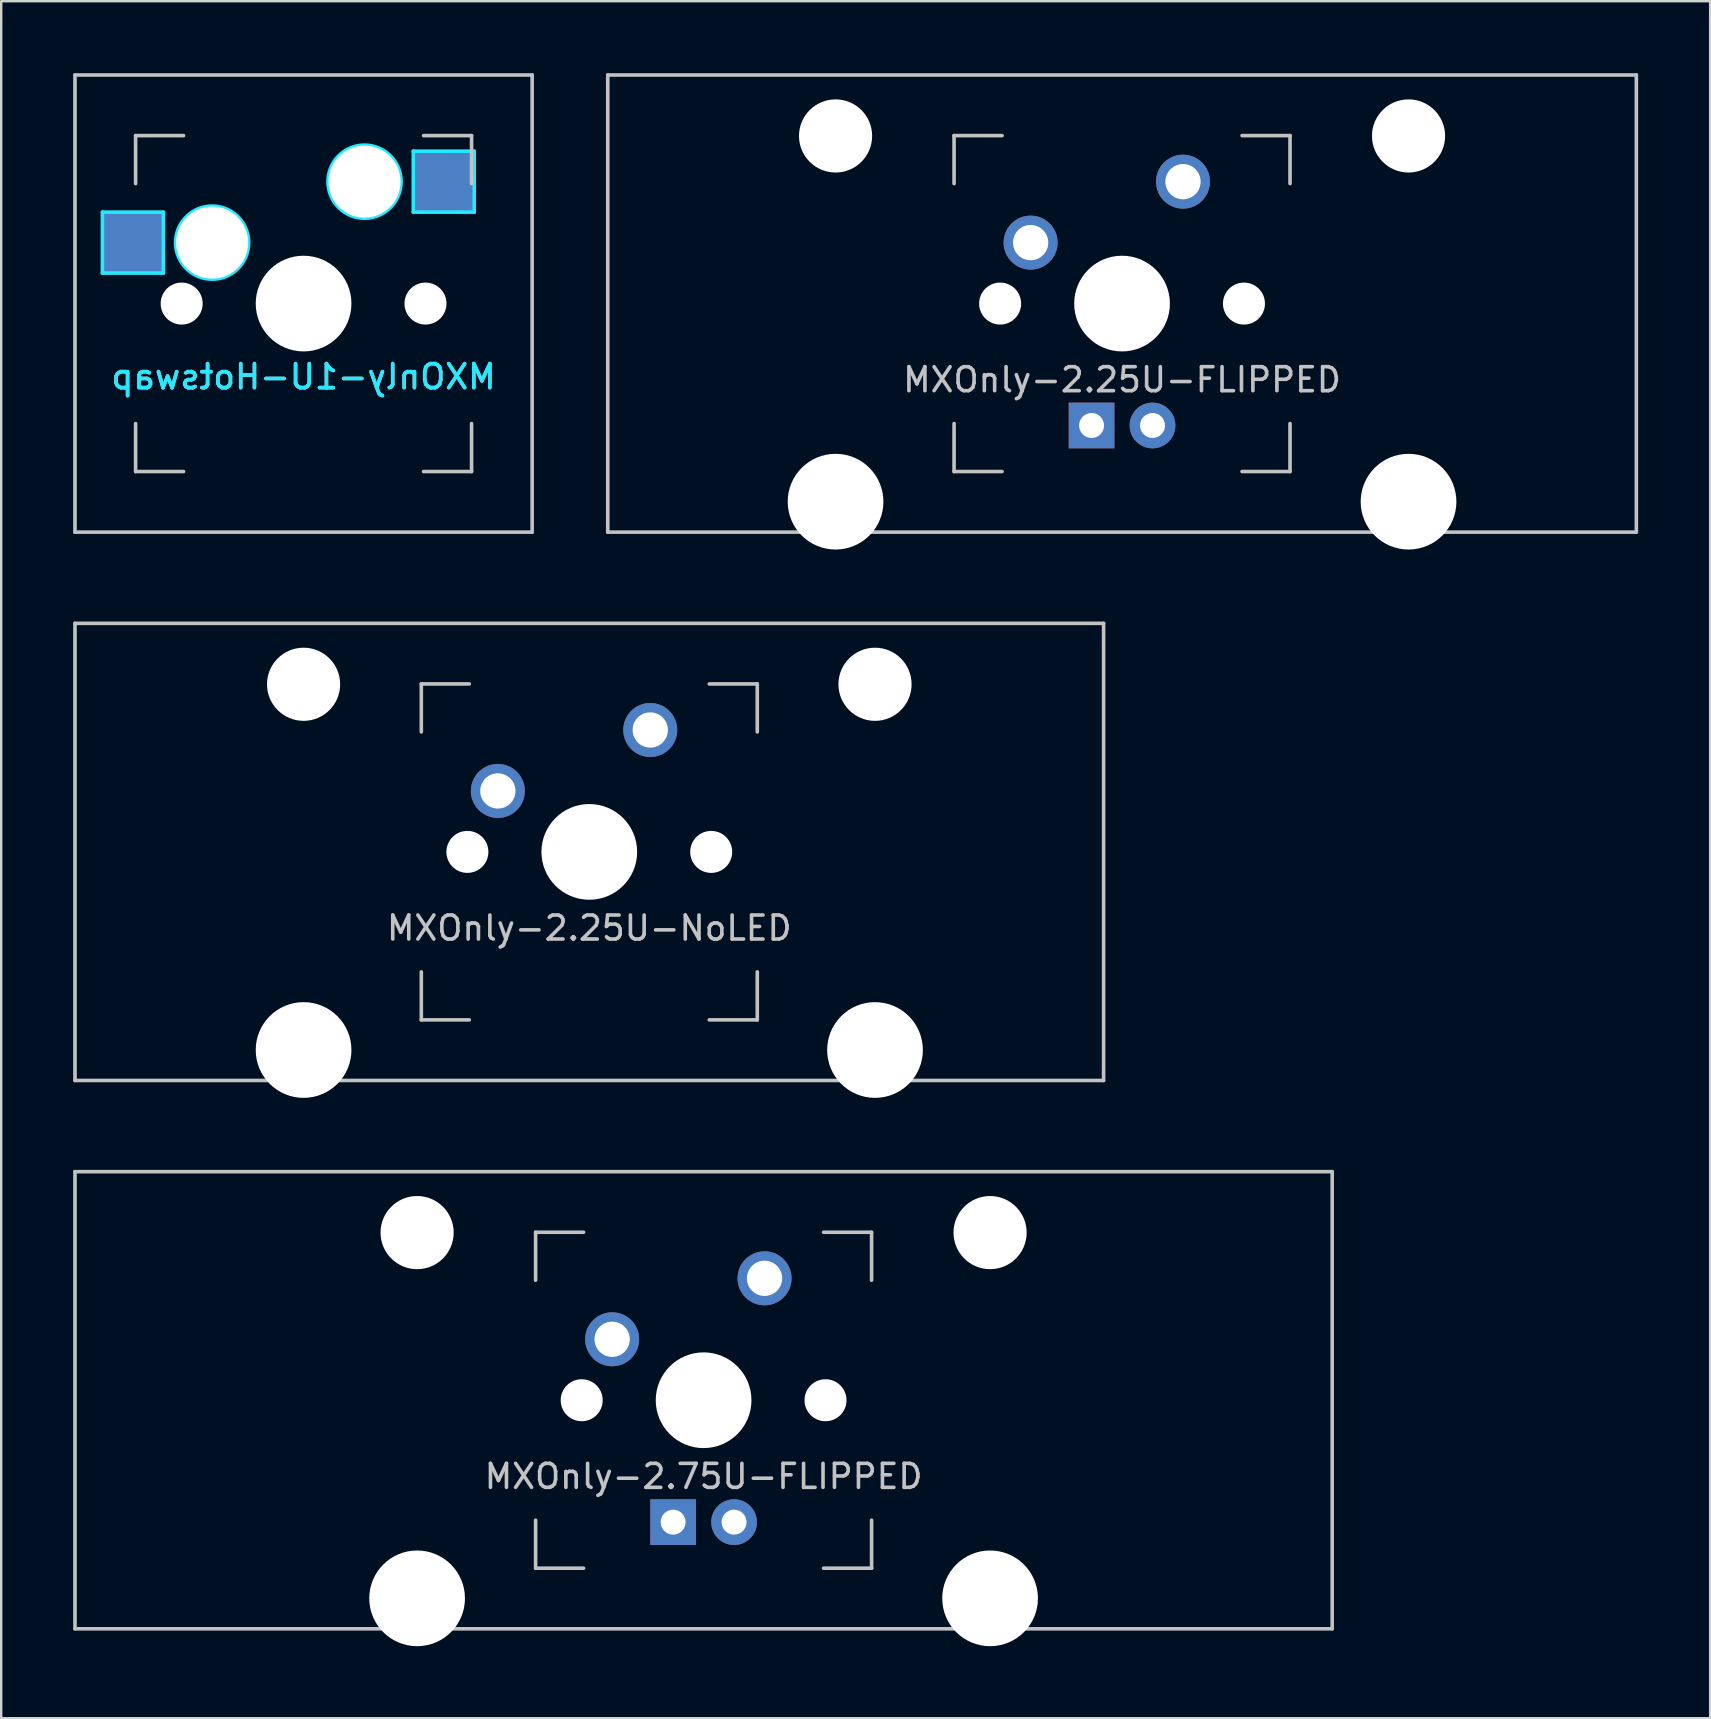
<source format=kicad_pcb>
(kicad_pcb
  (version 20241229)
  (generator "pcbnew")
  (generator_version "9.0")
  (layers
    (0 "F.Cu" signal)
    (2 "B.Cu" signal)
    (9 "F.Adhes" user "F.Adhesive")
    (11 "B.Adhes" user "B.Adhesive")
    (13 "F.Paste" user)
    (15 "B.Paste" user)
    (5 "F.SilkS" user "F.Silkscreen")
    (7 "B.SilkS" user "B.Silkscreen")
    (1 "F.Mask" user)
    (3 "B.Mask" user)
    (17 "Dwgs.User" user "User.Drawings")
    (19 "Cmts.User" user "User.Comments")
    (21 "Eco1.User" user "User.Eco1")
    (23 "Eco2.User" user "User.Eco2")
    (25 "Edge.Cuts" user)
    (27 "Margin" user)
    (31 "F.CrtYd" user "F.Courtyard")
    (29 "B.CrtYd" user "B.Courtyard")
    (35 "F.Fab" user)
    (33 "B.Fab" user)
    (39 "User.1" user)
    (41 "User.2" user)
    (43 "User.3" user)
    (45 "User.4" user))
  (footprint "MXOnly-2.75U-FLIPPED"
    (layer "F.Cu")
    (at 26.269 55.298)
    (property "Reference" "MXOnly-2.75U-FLIPPED" (at 0 3.175 0) (layer "Dwgs.User") (effects (font (size 1 1) (thickness 0.15))))
    (attr through_hole)
    (fp_line (start -26.194 -9.525) (end 26.194 -9.525) (stroke (width 0.15) (type solid)) (layer "Dwgs.User"))
    (fp_line (start -26.194 9.525) (end -26.194 -9.525) (stroke (width 0.15) (type solid)) (layer "Dwgs.User"))
    (fp_line (start -26.194 9.525) (end 26.194 9.525) (stroke (width 0.15) (type solid)) (layer "Dwgs.User"))
    (fp_line (start -7 -7) (end -7 -5) (stroke (width 0.15) (type solid)) (layer "Dwgs.User"))
    (fp_line (start -7 5) (end -7 7) (stroke (width 0.15) (type solid)) (layer "Dwgs.User"))
    (fp_line (start -7 7) (end -5 7) (stroke (width 0.15) (type solid)) (layer "Dwgs.User"))
    (fp_line (start -5 -7) (end -7 -7) (stroke (width 0.15) (type solid)) (layer "Dwgs.User"))
    (fp_line (start 5 -7) (end 7 -7) (stroke (width 0.15) (type solid)) (layer "Dwgs.User"))
    (fp_line (start 5 7) (end 7 7) (stroke (width 0.15) (type solid)) (layer "Dwgs.User"))
    (fp_line (start 7 -7) (end 7 -5) (stroke (width 0.15) (type solid)) (layer "Dwgs.User"))
    (fp_line (start 7 7) (end 7 5) (stroke (width 0.15) (type solid)) (layer "Dwgs.User"))
    (fp_line (start 26.194 -9.525) (end 26.194 9.525) (stroke (width 0.15) (type solid)) (layer "Dwgs.User"))
    (pad "" np_thru_hole circle (at -11.938 -6.985) (size 3.048 3.048) (drill 3.048) (layers "*.Cu" "*.Mask"))
    (pad "" np_thru_hole circle (at -11.938 8.255) (size 3.988 3.988) (drill 3.988) (layers "*.Cu" "*.Mask"))
    (pad "" np_thru_hole circle (at -5.08 0 48.1) (size 1.75 1.75) (drill 1.75) (layers "*.Cu" "*.Mask"))
    (pad "" np_thru_hole circle (at 0 0) (size 3.988 3.988) (drill 3.988) (layers "*.Cu" "*.Mask"))
    (pad "" np_thru_hole circle (at 5.08 0 48.1) (size 1.75 1.75) (drill 1.75) (layers "*.Cu" "*.Mask"))
    (pad "" np_thru_hole circle (at 11.938 -6.985) (size 3.048 3.048) (drill 3.048) (layers "*.Cu" "*.Mask"))
    (pad "" np_thru_hole circle (at 11.938 8.255) (size 3.988 3.988) (drill 3.988) (layers "*.Cu" "*.Mask"))
    (pad "1" thru_hole circle (at -3.81 -2.54) (size 2.25 2.25) (drill 1.47) (layers "*.Cu" "B.Mask"))
    (pad "2" thru_hole circle (at 2.54 -5.08) (size 2.25 2.25) (drill 1.47) (layers "*.Cu" "B.Mask"))
    (pad "3" thru_hole circle (at 1.27 5.08) (size 1.905 1.905) (drill 1.04) (layers "*.Cu" "B.Mask"))
    (pad "4" thru_hole rect (at -1.27 5.08) (size 1.905 1.905) (drill 1.04) (layers "*.Cu" "B.Mask")))
  (footprint "MXOnly-1U-Hotswap"
    (layer "F.Cu")
    (at 9.6 9.6)
    (property "Reference" "MXOnly-1U-Hotswap" (at 0 3.048 0) (layer "B.CrtYd") (effects (font (size 1 1) (thickness 0.15)) (justify mirror)))
    (attr smd)
    (fp_line (start -9.525 -9.525) (end 9.525 -9.525) (stroke (width 0.15) (type solid)) (layer "Dwgs.User"))
    (fp_line (start -9.525 9.525) (end -9.525 -9.525) (stroke (width 0.15) (type solid)) (layer "Dwgs.User"))
    (fp_line (start -7 -7) (end -7 -5) (stroke (width 0.15) (type solid)) (layer "Dwgs.User"))
    (fp_line (start -7 5) (end -7 7) (stroke (width 0.15) (type solid)) (layer "Dwgs.User"))
    (fp_line (start -7 7) (end -5 7) (stroke (width 0.15) (type solid)) (layer "Dwgs.User"))
    (fp_line (start -5 -7) (end -7 -7) (stroke (width 0.15) (type solid)) (layer "Dwgs.User"))
    (fp_line (start 5 -7) (end 7 -7) (stroke (width 0.15) (type solid)) (layer "Dwgs.User"))
    (fp_line (start 5 7) (end 7 7) (stroke (width 0.15) (type solid)) (layer "Dwgs.User"))
    (fp_line (start 7 -7) (end 7 -5) (stroke (width 0.15) (type solid)) (layer "Dwgs.User"))
    (fp_line (start 7 7) (end 7 5) (stroke (width 0.15) (type solid)) (layer "Dwgs.User"))
    (fp_line (start 9.525 -9.525) (end 9.525 9.525) (stroke (width 0.15) (type solid)) (layer "Dwgs.User"))
    (fp_line (start 9.525 9.525) (end -9.525 9.525) (stroke (width 0.15) (type solid)) (layer "Dwgs.User"))
    (fp_line (start -8.382 -3.81) (end -8.382 -1.27) (stroke (width 0.15) (type solid)) (layer "B.CrtYd"))
    (fp_line (start -8.382 -1.27) (end -5.842 -1.27) (stroke (width 0.15) (type solid)) (layer "B.CrtYd"))
    (fp_line (start -5.842 -3.81) (end -8.382 -3.81) (stroke (width 0.15) (type solid)) (layer "B.CrtYd"))
    (fp_line (start -5.842 -1.27) (end -5.842 -3.81) (stroke (width 0.15) (type solid)) (layer "B.CrtYd"))
    (fp_line (start 4.572 -6.35) (end 7.112 -6.35) (stroke (width 0.15) (type solid)) (layer "B.CrtYd"))
    (fp_line (start 4.572 -3.81) (end 4.572 -6.35) (stroke (width 0.15) (type solid)) (layer "B.CrtYd"))
    (fp_line (start 7.112 -6.35) (end 7.112 -3.81) (stroke (width 0.15) (type solid)) (layer "B.CrtYd"))
    (fp_line (start 7.112 -3.81) (end 4.572 -3.81) (stroke (width 0.15) (type solid)) (layer "B.CrtYd"))
    (fp_circle (center -3.81 -2.54) (end -3.81 -4.064) (stroke (width 0.15) (type solid)) (fill no) (layer "B.CrtYd"))
    (fp_circle (center 2.54 -5.08) (end 2.54 -6.604) (stroke (width 0.15) (type solid)) (fill no) (layer "B.CrtYd"))
    (fp_text user "${REFERENCE}" (at 0 3.048 0) (layer "B.SilkS") (effects (font (size 1 1) (thickness 0.15)) (justify mirror)))
    (pad "" np_thru_hole circle (at -5.08 0 48.1) (size 1.75 1.75) (drill 1.75) (layers "*.Cu" "*.Mask"))
    (pad "" np_thru_hole circle (at -3.81 -2.54) (size 3 3) (drill 3) (layers "*.Cu" "*.Mask"))
    (pad "" np_thru_hole circle (at 0 0) (size 3.988 3.988) (drill 3.988) (layers "*.Cu" "*.Mask"))
    (pad "" np_thru_hole circle (at 2.54 -5.08) (size 3 3) (drill 3) (layers "*.Cu" "*.Mask"))
    (pad "" np_thru_hole circle (at 5.08 0 48.1) (size 1.75 1.75) (drill 1.75) (layers "*.Cu" "*.Mask"))
    (pad "1" smd rect (at -7.085 -2.54) (size 2.55 2.5) (layers "B.Cu" "B.Mask" "B.Paste"))
    (pad "2" smd rect (at 5.842 -5.08) (size 2.55 2.5) (layers "B.Cu" "B.Mask" "B.Paste")))
  (footprint "MXOnly-2.25U-FLIPPED"
    (layer "F.Cu")
    (at 43.706 9.6)
    (property "Reference" "MXOnly-2.25U-FLIPPED" (at 0 3.175 0) (layer "Dwgs.User") (effects (font (size 1 1) (thickness 0.15))))
    (attr through_hole)
    (fp_line (start -21.431 -9.525) (end 21.431 -9.525) (stroke (width 0.15) (type solid)) (layer "Dwgs.User"))
    (fp_line (start -21.431 9.525) (end -21.431 -9.525) (stroke (width 0.15) (type solid)) (layer "Dwgs.User"))
    (fp_line (start -21.431 9.525) (end 21.431 9.525) (stroke (width 0.15) (type solid)) (layer "Dwgs.User"))
    (fp_line (start -7 -7) (end -7 -5) (stroke (width 0.15) (type solid)) (layer "Dwgs.User"))
    (fp_line (start -7 5) (end -7 7) (stroke (width 0.15) (type solid)) (layer "Dwgs.User"))
    (fp_line (start -7 7) (end -5 7) (stroke (width 0.15) (type solid)) (layer "Dwgs.User"))
    (fp_line (start -5 -7) (end -7 -7) (stroke (width 0.15) (type solid)) (layer "Dwgs.User"))
    (fp_line (start 5 -7) (end 7 -7) (stroke (width 0.15) (type solid)) (layer "Dwgs.User"))
    (fp_line (start 5 7) (end 7 7) (stroke (width 0.15) (type solid)) (layer "Dwgs.User"))
    (fp_line (start 7 -7) (end 7 -5) (stroke (width 0.15) (type solid)) (layer "Dwgs.User"))
    (fp_line (start 7 7) (end 7 5) (stroke (width 0.15) (type solid)) (layer "Dwgs.User"))
    (fp_line (start 21.431 -9.525) (end 21.431 9.525) (stroke (width 0.15) (type solid)) (layer "Dwgs.User"))
    (pad "" np_thru_hole circle (at -11.938 -6.985) (size 3.048 3.048) (drill 3.048) (layers "*.Cu" "*.Mask"))
    (pad "" np_thru_hole circle (at -11.938 8.255) (size 3.988 3.988) (drill 3.988) (layers "*.Cu" "*.Mask"))
    (pad "" np_thru_hole circle (at -5.08 0 48.1) (size 1.75 1.75) (drill 1.75) (layers "*.Cu" "*.Mask"))
    (pad "" np_thru_hole circle (at 0 0) (size 3.988 3.988) (drill 3.988) (layers "*.Cu" "*.Mask"))
    (pad "" np_thru_hole circle (at 5.08 0 48.1) (size 1.75 1.75) (drill 1.75) (layers "*.Cu" "*.Mask"))
    (pad "" np_thru_hole circle (at 11.938 -6.985) (size 3.048 3.048) (drill 3.048) (layers "*.Cu" "*.Mask"))
    (pad "" np_thru_hole circle (at 11.938 8.255) (size 3.988 3.988) (drill 3.988) (layers "*.Cu" "*.Mask"))
    (pad "1" thru_hole circle (at -3.81 -2.54) (size 2.25 2.25) (drill 1.47) (layers "*.Cu" "B.Mask"))
    (pad "2" thru_hole circle (at 2.54 -5.08) (size 2.25 2.25) (drill 1.47) (layers "*.Cu" "B.Mask"))
    (pad "3" thru_hole circle (at 1.27 5.08) (size 1.905 1.905) (drill 1.04) (layers "*.Cu" "B.Mask"))
    (pad "4" thru_hole rect (at -1.27 5.08) (size 1.905 1.905) (drill 1.04) (layers "*.Cu" "B.Mask")))
  (footprint "MXOnly-2.25U-NoLED"
    (layer "F.Cu")
    (at 21.506 32.449)
    (property "Reference" "MXOnly-2.25U-NoLED" (at 0 3.175 0) (layer "Dwgs.User") (effects (font (size 1 1) (thickness 0.15))))
    (attr through_hole)
    (fp_line (start -21.431 -9.525) (end 21.431 -9.525) (stroke (width 0.15) (type solid)) (layer "Dwgs.User"))
    (fp_line (start -21.431 9.525) (end -21.431 -9.525) (stroke (width 0.15) (type solid)) (layer "Dwgs.User"))
    (fp_line (start -21.431 9.525) (end 21.431 9.525) (stroke (width 0.15) (type solid)) (layer "Dwgs.User"))
    (fp_line (start -7 -7) (end -7 -5) (stroke (width 0.15) (type solid)) (layer "Dwgs.User"))
    (fp_line (start -7 5) (end -7 7) (stroke (width 0.15) (type solid)) (layer "Dwgs.User"))
    (fp_line (start -7 7) (end -5 7) (stroke (width 0.15) (type solid)) (layer "Dwgs.User"))
    (fp_line (start -5 -7) (end -7 -7) (stroke (width 0.15) (type solid)) (layer "Dwgs.User"))
    (fp_line (start 5 -7) (end 7 -7) (stroke (width 0.15) (type solid)) (layer "Dwgs.User"))
    (fp_line (start 5 7) (end 7 7) (stroke (width 0.15) (type solid)) (layer "Dwgs.User"))
    (fp_line (start 7 -7) (end 7 -5) (stroke (width 0.15) (type solid)) (layer "Dwgs.User"))
    (fp_line (start 7 7) (end 7 5) (stroke (width 0.15) (type solid)) (layer "Dwgs.User"))
    (fp_line (start 21.431 -9.525) (end 21.431 9.525) (stroke (width 0.15) (type solid)) (layer "Dwgs.User"))
    (pad "" np_thru_hole circle (at -11.906 -6.985) (size 3.048 3.048) (drill 3.048) (layers "*.Cu" "*.Mask"))
    (pad "" np_thru_hole circle (at -11.906 8.255) (size 3.988 3.988) (drill 3.988) (layers "*.Cu" "*.Mask"))
    (pad "" np_thru_hole circle (at -5.08 0 48.1) (size 1.75 1.75) (drill 1.75) (layers "*.Cu" "*.Mask"))
    (pad "" np_thru_hole circle (at 0 0) (size 3.988 3.988) (drill 3.988) (layers "*.Cu" "*.Mask"))
    (pad "" np_thru_hole circle (at 5.08 0 48.1) (size 1.75 1.75) (drill 1.75) (layers "*.Cu" "*.Mask"))
    (pad "" np_thru_hole circle (at 11.906 -6.985) (size 3.048 3.048) (drill 3.048) (layers "*.Cu" "*.Mask"))
    (pad "" np_thru_hole circle (at 11.906 8.255) (size 3.988 3.988) (drill 3.988) (layers "*.Cu" "*.Mask"))
    (pad "1" thru_hole circle (at -3.81 -2.54) (size 2.25 2.25) (drill 1.47) (layers "*.Cu" "B.Mask"))
    (pad "2" thru_hole circle (at 2.54 -5.08) (size 2.25 2.25) (drill 1.47) (layers "*.Cu" "B.Mask")))
  (gr_rect
    (start -3 -3)
    (end 68.213 68.547)
    (stroke (width 0.1) (type default))
    (fill no)
    (layer "Edge.Cuts")))
</source>
